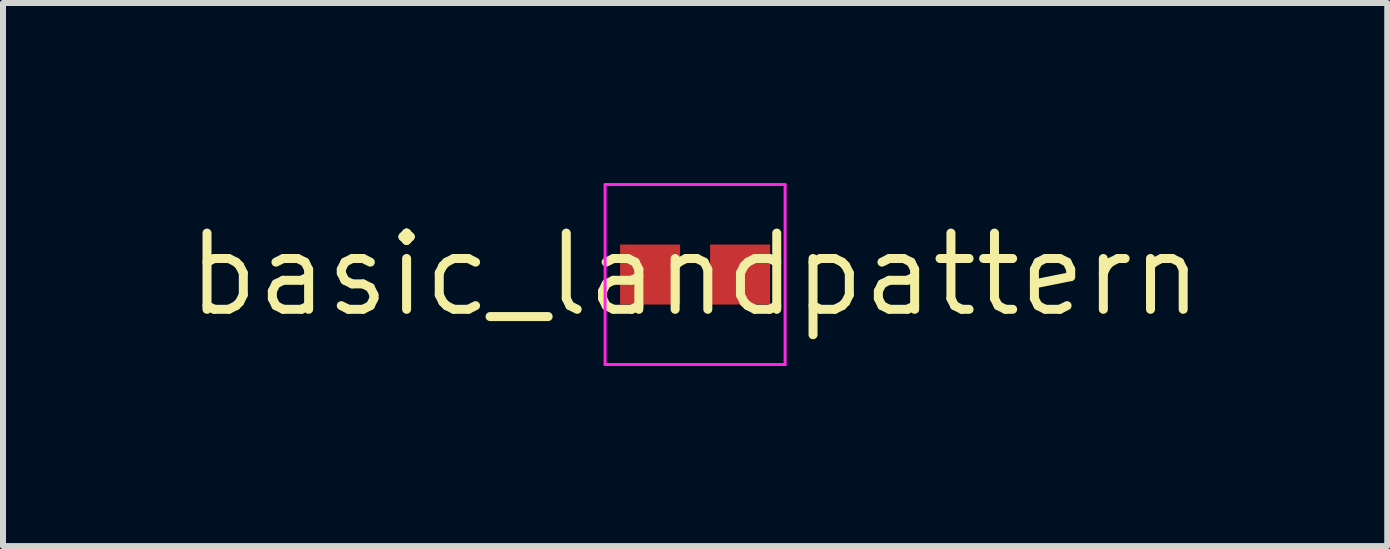
<source format=kicad_pcb>
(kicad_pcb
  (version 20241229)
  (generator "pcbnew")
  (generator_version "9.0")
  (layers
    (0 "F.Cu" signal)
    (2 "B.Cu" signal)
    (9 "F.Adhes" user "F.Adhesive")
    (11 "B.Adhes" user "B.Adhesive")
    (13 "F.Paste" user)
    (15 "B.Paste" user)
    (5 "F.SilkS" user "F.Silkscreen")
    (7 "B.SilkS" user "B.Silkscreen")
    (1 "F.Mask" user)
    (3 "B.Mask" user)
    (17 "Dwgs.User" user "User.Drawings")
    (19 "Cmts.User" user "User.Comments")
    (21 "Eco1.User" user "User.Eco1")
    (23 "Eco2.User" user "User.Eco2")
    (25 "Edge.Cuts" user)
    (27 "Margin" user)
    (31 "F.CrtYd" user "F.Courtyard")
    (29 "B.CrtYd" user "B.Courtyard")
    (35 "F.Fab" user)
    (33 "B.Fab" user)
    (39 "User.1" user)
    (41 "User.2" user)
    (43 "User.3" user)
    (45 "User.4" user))
  (footprint "basic_landpattern"
    (layer "F.Cu")
    (at 8.534 1.525)
    (property "Reference" "basic_landpattern" (at 0 0 0) (layer "F.SilkS") (effects (font (size 1.27 1.27) (thickness 0.15))))
    (attr through_hole)
    (fp_poly (pts (xy -1.3 0.55) (xy -0.2 0.55) (xy -0.2 -0.55) (xy -1.3 -0.55)) (stroke (width 0) (type solid)) (fill yes) (layer "F.Mask"))
    (fp_poly (pts (xy 0.2 0.55) (xy 1.3 0.55) (xy 1.3 -0.55) (xy 0.2 -0.55)) (stroke (width 0) (type solid)) (fill yes) (layer "F.Mask"))
    (fp_line (start -1.5 -1.5) (end -1.5 1.5) (stroke (width 0.05) (type solid)) (layer "F.CrtYd"))
    (fp_line (start -1.5 1.5) (end 1.5 1.5) (stroke (width 0.05) (type solid)) (layer "F.CrtYd"))
    (fp_line (start 1.5 -1.5) (end -1.5 -1.5) (stroke (width 0.05) (type solid)) (layer "F.CrtYd"))
    (fp_line (start 1.5 1.5) (end 1.5 -1.5) (stroke (width 0.05) (type solid)) (layer "F.CrtYd"))
    (pad "1" smd rect (at -0.75 0) (size 1 1) (layers "F.Cu"))
    (pad "2" smd rect (at 0.75 0) (size 1 1) (layers "F.Cu")))
  (gr_rect
    (start -3 -3)
    (end 20.069 6.05)
    (stroke (width 0.1) (type default))
    (fill no)
    (layer "Edge.Cuts")))
</source>
